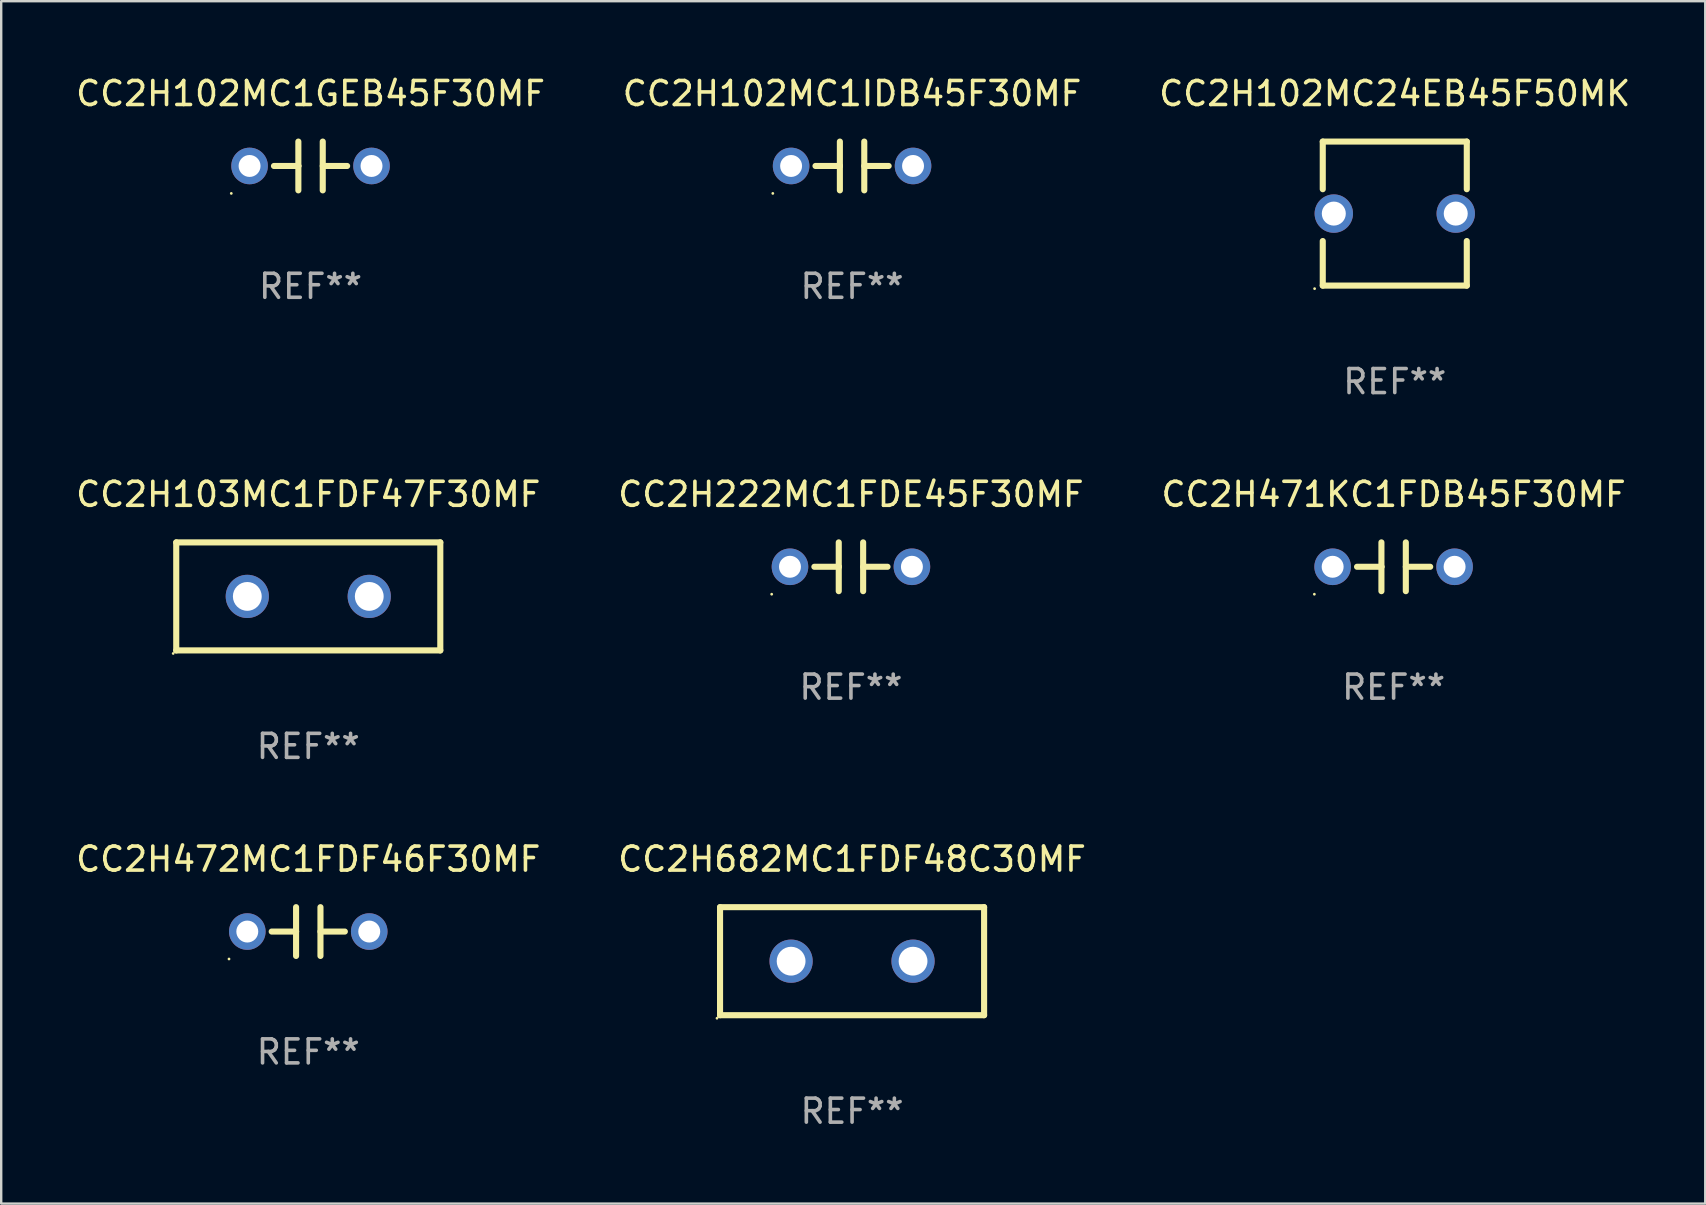
<source format=kicad_pcb>
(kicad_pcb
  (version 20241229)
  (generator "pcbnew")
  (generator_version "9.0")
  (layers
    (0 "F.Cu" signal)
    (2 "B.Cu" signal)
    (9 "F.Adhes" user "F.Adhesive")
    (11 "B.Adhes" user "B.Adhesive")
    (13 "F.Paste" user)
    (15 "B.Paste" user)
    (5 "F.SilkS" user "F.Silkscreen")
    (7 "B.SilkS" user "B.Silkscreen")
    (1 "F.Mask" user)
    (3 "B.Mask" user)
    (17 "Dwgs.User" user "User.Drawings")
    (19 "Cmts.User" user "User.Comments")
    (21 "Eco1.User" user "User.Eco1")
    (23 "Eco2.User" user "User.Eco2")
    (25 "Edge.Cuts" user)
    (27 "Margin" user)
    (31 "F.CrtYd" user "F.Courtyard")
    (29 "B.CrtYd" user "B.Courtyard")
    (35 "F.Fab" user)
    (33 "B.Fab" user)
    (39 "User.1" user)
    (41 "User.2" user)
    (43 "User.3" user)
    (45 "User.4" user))
  (footprint "CC2H103MC1FDF47F30MF"
    (layer "F.Cu")
    (at 9.792 21.795)
    (property "Reference" "CC2H103MC1FDF47F30MF" (at 0 -4.25 0) (layer "F.SilkS") (effects (font (size 1 1) (thickness 0.15))))
    (attr through_hole)
    (fp_line (start -5.5 -2.25) (end 5.5 -2.25) (stroke (width 0.254) (type solid)) (layer "F.SilkS"))
    (fp_line (start -5.5 2.25) (end -5.5 -2.25) (stroke (width 0.254) (type solid)) (layer "F.SilkS"))
    (fp_line (start 5.5 -2.25) (end 5.5 2.25) (stroke (width 0.254) (type solid)) (layer "F.SilkS"))
    (fp_line (start 5.5 2.25) (end -5.5 2.25) (stroke (width 0.254) (type solid)) (layer "F.SilkS"))
    (fp_circle (center -5.627 2.377) (end -5.597 2.377) (stroke (width 0.06) (type solid)) (fill no) (layer "F.SilkS"))
    (fp_text user "REF**" (at 0 6.25 0) (layer "F.Fab") (effects (font (size 1 1) (thickness 0.15))))
    (pad "1" thru_hole circle (at -2.54 0) (size 1.8 1.8) (drill 1.2) (layers "*.Cu" "*.Mask"))
    (pad "2" thru_hole circle (at 2.54 0) (size 1.8 1.8) (drill 1.2) (layers "*.Cu" "*.Mask")))
  (footprint "CC2H102MC1GEB45F30MF"
    (layer "F.Cu")
    (at 9.887 3.864)
    (property "Reference" "CC2H102MC1GEB45F30MF" (at 0 -3.016 0) (layer "F.SilkS") (effects (font (size 1 1) (thickness 0.15))))
    (attr through_hole)
    (fp_line (start -1.524 0) (end -0.508 0) (stroke (width 0.254) (type solid)) (layer "F.SilkS"))
    (fp_line (start -0.508 0) (end -0.508 -1.016) (stroke (width 0.254) (type solid)) (layer "F.SilkS"))
    (fp_line (start -0.508 0) (end -0.508 1.016) (stroke (width 0.254) (type solid)) (layer "F.SilkS"))
    (fp_line (start 0.508 -1.016) (end 0.508 1.016) (stroke (width 0.254) (type solid)) (layer "F.SilkS"))
    (fp_line (start 1.524 0) (end 0.508 0) (stroke (width 0.254) (type solid)) (layer "F.SilkS"))
    (fp_circle (center -3.302 1.143) (end -3.272 1.143) (stroke (width 0.06) (type solid)) (fill no) (layer "F.SilkS"))
    (fp_text user "REF**" (at 0 5.016 0) (layer "F.Fab") (effects (font (size 1 1) (thickness 0.15))))
    (pad "1" thru_hole circle (at -2.54 0) (size 1.524 1.524) (drill 0.914) (layers "*.Cu" "*.Mask"))
    (pad "2" thru_hole circle (at 2.54 0) (size 1.524 1.524) (drill 0.914) (layers "*.Cu" "*.Mask")))
  (footprint "CC2H682MC1FDF48C30MF"
    (layer "F.Cu")
    (at 32.446 36.991)
    (property "Reference" "CC2H682MC1FDF48C30MF" (at 0 -4.25 0) (layer "F.SilkS") (effects (font (size 1 1) (thickness 0.15))))
    (attr through_hole)
    (fp_line (start -5.5 -2.25) (end 5.5 -2.25) (stroke (width 0.254) (type solid)) (layer "F.SilkS"))
    (fp_line (start -5.5 2.25) (end -5.5 -2.25) (stroke (width 0.254) (type solid)) (layer "F.SilkS"))
    (fp_line (start 5.5 -2.25) (end 5.5 2.25) (stroke (width 0.254) (type solid)) (layer "F.SilkS"))
    (fp_line (start 5.5 2.25) (end -5.5 2.25) (stroke (width 0.254) (type solid)) (layer "F.SilkS"))
    (fp_circle (center -5.627 2.377) (end -5.597 2.377) (stroke (width 0.06) (type solid)) (fill no) (layer "F.SilkS"))
    (fp_text user "REF**" (at 0 6.25 0) (layer "F.Fab") (effects (font (size 1 1) (thickness 0.15))))
    (pad "1" thru_hole circle (at -2.54 0) (size 1.8 1.8) (drill 1.2) (layers "*.Cu" "*.Mask"))
    (pad "2" thru_hole circle (at 2.54 0) (size 1.8 1.8) (drill 1.2) (layers "*.Cu" "*.Mask")))
  (footprint "CC2H102MC24EB45F50MK"
    (layer "F.Cu")
    (at 55.054 5.848)
    (property "Reference" "CC2H102MC24EB45F50MK" (at 0 -5 0) (layer "F.SilkS") (effects (font (size 1 1) (thickness 0.15))))
    (attr through_hole)
    (fp_line (start -3 -3) (end -3 -1.016) (stroke (width 0.254) (type solid)) (layer "F.SilkS"))
    (fp_line (start -3 -3) (end 3 -3) (stroke (width 0.254) (type solid)) (layer "F.SilkS"))
    (fp_line (start -3 3) (end -3 1.143) (stroke (width 0.254) (type solid)) (layer "F.SilkS"))
    (fp_line (start -3 3) (end 3 3) (stroke (width 0.254) (type solid)) (layer "F.SilkS"))
    (fp_line (start 3 -3) (end 3 -1.016) (stroke (width 0.254) (type solid)) (layer "F.SilkS"))
    (fp_line (start 3 3) (end 3 1.143) (stroke (width 0.254) (type solid)) (layer "F.SilkS"))
    (fp_circle (center -3.34 3.127) (end -3.31 3.127) (stroke (width 0.06) (type solid)) (fill no) (layer "F.SilkS"))
    (fp_text user "REF**" (at 0 7 0) (layer "F.Fab") (effects (font (size 1 1) (thickness 0.15))))
    (pad "1" thru_hole circle (at -2.54 0) (size 1.6 1.6) (drill 1) (layers "*.Cu" "*.Mask"))
    (pad "2" thru_hole circle (at 2.54 0) (size 1.6 1.6) (drill 1) (layers "*.Cu" "*.Mask")))
  (footprint "CC2H222MC1FDE45F30MF"
    (layer "F.Cu")
    (at 32.399 20.561)
    (property "Reference" "CC2H222MC1FDE45F30MF" (at 0 -3.016 0) (layer "F.SilkS") (effects (font (size 1 1) (thickness 0.15))))
    (attr through_hole)
    (fp_line (start -1.524 0) (end -0.508 0) (stroke (width 0.254) (type solid)) (layer "F.SilkS"))
    (fp_line (start -0.508 0) (end -0.508 -1.016) (stroke (width 0.254) (type solid)) (layer "F.SilkS"))
    (fp_line (start -0.508 0) (end -0.508 1.016) (stroke (width 0.254) (type solid)) (layer "F.SilkS"))
    (fp_line (start 0.508 -1.016) (end 0.508 1.016) (stroke (width 0.254) (type solid)) (layer "F.SilkS"))
    (fp_line (start 1.524 0) (end 0.508 0) (stroke (width 0.254) (type solid)) (layer "F.SilkS"))
    (fp_circle (center -3.302 1.143) (end -3.272 1.143) (stroke (width 0.06) (type solid)) (fill no) (layer "F.SilkS"))
    (fp_text user "REF**" (at 0 5.016 0) (layer "F.Fab") (effects (font (size 1 1) (thickness 0.15))))
    (pad "1" thru_hole circle (at -2.54 0) (size 1.524 1.524) (drill 0.914) (layers "*.Cu" "*.Mask"))
    (pad "2" thru_hole circle (at 2.54 0) (size 1.524 1.524) (drill 0.914) (layers "*.Cu" "*.Mask")))
  (footprint "CC2H472MC1FDF46F30MF"
    (layer "F.Cu")
    (at 9.792 35.757)
    (property "Reference" "CC2H472MC1FDF46F30MF" (at 0 -3.016 0) (layer "F.SilkS") (effects (font (size 1 1) (thickness 0.15))))
    (attr through_hole)
    (fp_line (start -1.524 0) (end -0.508 0) (stroke (width 0.254) (type solid)) (layer "F.SilkS"))
    (fp_line (start -0.508 0) (end -0.508 -1.016) (stroke (width 0.254) (type solid)) (layer "F.SilkS"))
    (fp_line (start -0.508 0) (end -0.508 1.016) (stroke (width 0.254) (type solid)) (layer "F.SilkS"))
    (fp_line (start 0.508 -1.016) (end 0.508 1.016) (stroke (width 0.254) (type solid)) (layer "F.SilkS"))
    (fp_line (start 1.524 0) (end 0.508 0) (stroke (width 0.254) (type solid)) (layer "F.SilkS"))
    (fp_circle (center -3.302 1.143) (end -3.272 1.143) (stroke (width 0.06) (type solid)) (fill no) (layer "F.SilkS"))
    (fp_text user "REF**" (at 0 5.016 0) (layer "F.Fab") (effects (font (size 1 1) (thickness 0.15))))
    (pad "1" thru_hole circle (at -2.54 0) (size 1.524 1.524) (drill 0.914) (layers "*.Cu" "*.Mask"))
    (pad "2" thru_hole circle (at 2.54 0) (size 1.524 1.524) (drill 0.914) (layers "*.Cu" "*.Mask")))
  (footprint "CC2H471KC1FDB45F30MF"
    (layer "F.Cu")
    (at 55.006 20.561)
    (property "Reference" "CC2H471KC1FDB45F30MF" (at 0 -3.016 0) (layer "F.SilkS") (effects (font (size 1 1) (thickness 0.15))))
    (attr through_hole)
    (fp_line (start -1.524 0) (end -0.508 0) (stroke (width 0.254) (type solid)) (layer "F.SilkS"))
    (fp_line (start -0.508 0) (end -0.508 -1.016) (stroke (width 0.254) (type solid)) (layer "F.SilkS"))
    (fp_line (start -0.508 0) (end -0.508 1.016) (stroke (width 0.254) (type solid)) (layer "F.SilkS"))
    (fp_line (start 0.508 -1.016) (end 0.508 1.016) (stroke (width 0.254) (type solid)) (layer "F.SilkS"))
    (fp_line (start 1.524 0) (end 0.508 0) (stroke (width 0.254) (type solid)) (layer "F.SilkS"))
    (fp_circle (center -3.302 1.143) (end -3.272 1.143) (stroke (width 0.06) (type solid)) (fill no) (layer "F.SilkS"))
    (fp_text user "REF**" (at 0 5.016 0) (layer "F.Fab") (effects (font (size 1 1) (thickness 0.15))))
    (pad "1" thru_hole circle (at -2.54 0) (size 1.524 1.524) (drill 0.914) (layers "*.Cu" "*.Mask"))
    (pad "2" thru_hole circle (at 2.54 0) (size 1.524 1.524) (drill 0.914) (layers "*.Cu" "*.Mask")))
  (footprint "CC2H102MC1IDB45F30MF"
    (layer "F.Cu")
    (at 32.446 3.864)
    (property "Reference" "CC2H102MC1IDB45F30MF" (at 0 -3.016 0) (layer "F.SilkS") (effects (font (size 1 1) (thickness 0.15))))
    (attr through_hole)
    (fp_line (start -1.524 0) (end -0.508 0) (stroke (width 0.254) (type solid)) (layer "F.SilkS"))
    (fp_line (start -0.508 0) (end -0.508 -1.016) (stroke (width 0.254) (type solid)) (layer "F.SilkS"))
    (fp_line (start -0.508 0) (end -0.508 1.016) (stroke (width 0.254) (type solid)) (layer "F.SilkS"))
    (fp_line (start 0.508 -1.016) (end 0.508 1.016) (stroke (width 0.254) (type solid)) (layer "F.SilkS"))
    (fp_line (start 1.524 0) (end 0.508 0) (stroke (width 0.254) (type solid)) (layer "F.SilkS"))
    (fp_circle (center -3.302 1.143) (end -3.272 1.143) (stroke (width 0.06) (type solid)) (fill no) (layer "F.SilkS"))
    (fp_text user "REF**" (at 0 5.016 0) (layer "F.Fab") (effects (font (size 1 1) (thickness 0.15))))
    (pad "1" thru_hole circle (at -2.54 0) (size 1.524 1.524) (drill 0.914) (layers "*.Cu" "*.Mask"))
    (pad "2" thru_hole circle (at 2.54 0) (size 1.524 1.524) (drill 0.914) (layers "*.Cu" "*.Mask")))
  (gr_rect
    (start -3 -3)
    (end 67.988 47.09)
    (stroke (width 0.1) (type default))
    (fill no)
    (layer "Edge.Cuts")))
</source>
